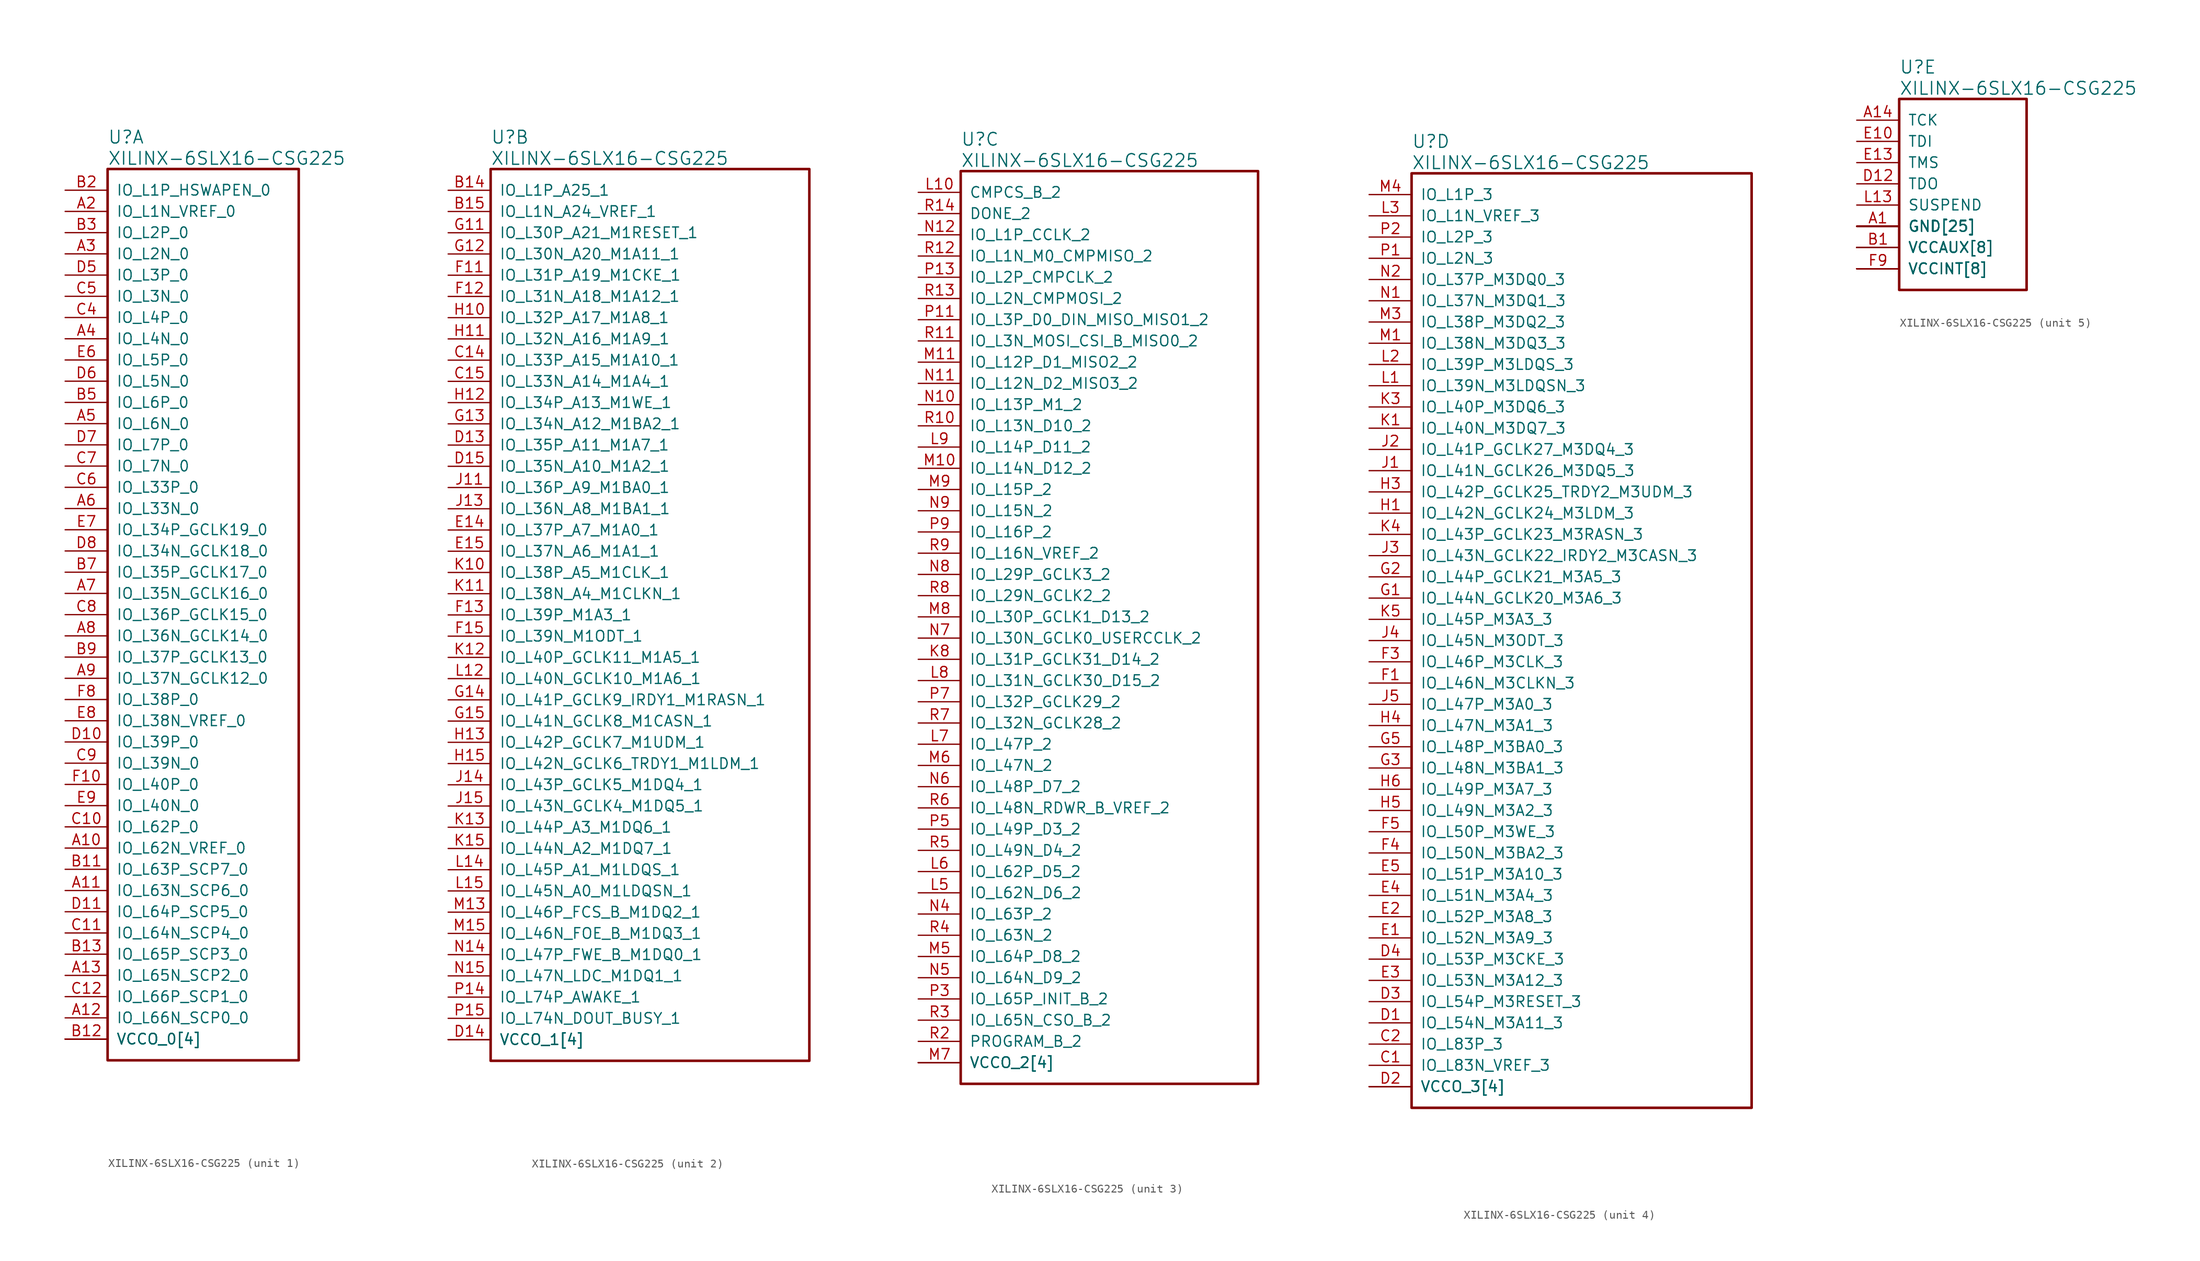
<source format=kicad_sym>
(kicad_symbol_lib
  (version 20231120)
  (generator "kicad_symbol_editor")
  (generator_version "8.0")
  (symbol "XILINX-6SLX16-CSG225"
    (pin_names
      (offset 1.016))
    (property "Reference" "U"
      (at 5.08 6.35 0)
      (effects (font (size 1.524 1.524)) (justify left)))
    (property "Value" "XILINX-6SLX16-CSG225"
      (at 5.08 3.81 0)
      (effects (font (size 1.524 1.524)) (justify left)))
    (property "Footprint" ""
      (at 0 0 0)
      (effects (font (size 1.27 1.27))))
    (property "Datasheet" ""
      (at 0 0 0)
      (effects (font (size 1.27 1.27))))
    (property "ki_locked" ""
      (at 0 0 0)
      (effects (font (size 1.27 1.27))))
    (symbol "XILINX-6SLX16-CSG225_1_1"
      (rectangle (start 5.08 2.54) (end 27.94 -104.14) (stroke (width 0.305) (type default)) (fill (type none)))
      (pin bidirectional line (at 0 -78.74 0) (length 5.08) (name "IO_L62N_VREF_0" (effects (font (size 1.27 1.27)))) (number "A10" (effects (font (size 1.27 1.27)))))
      (pin bidirectional line (at 0 -83.82 0) (length 5.08) (name "IO_L63N_SCP6_0" (effects (font (size 1.27 1.27)))) (number "A11" (effects (font (size 1.27 1.27)))))
      (pin bidirectional line (at 0 -99.06 0) (length 5.08) (name "IO_L66N_SCP0_0" (effects (font (size 1.27 1.27)))) (number "A12" (effects (font (size 1.27 1.27)))))
      (pin bidirectional line (at 0 -93.98 0) (length 5.08) (name "IO_L65N_SCP2_0" (effects (font (size 1.27 1.27)))) (number "A13" (effects (font (size 1.27 1.27)))))
      (pin bidirectional line (at 0 -2.54 0) (length 5.08) (name "IO_L1N_VREF_0" (effects (font (size 1.27 1.27)))) (number "A2" (effects (font (size 1.27 1.27)))))
      (pin bidirectional line (at 0 -7.62 0) (length 5.08) (name "IO_L2N_0" (effects (font (size 1.27 1.27)))) (number "A3" (effects (font (size 1.27 1.27)))))
      (pin bidirectional line (at 0 -17.78 0) (length 5.08) (name "IO_L4N_0" (effects (font (size 1.27 1.27)))) (number "A4" (effects (font (size 1.27 1.27)))))
      (pin bidirectional line (at 0 -27.94 0) (length 5.08) (name "IO_L6N_0" (effects (font (size 1.27 1.27)))) (number "A5" (effects (font (size 1.27 1.27)))))
      (pin bidirectional line (at 0 -38.1 0) (length 5.08) (name "IO_L33N_0" (effects (font (size 1.27 1.27)))) (number "A6" (effects (font (size 1.27 1.27)))))
      (pin bidirectional line (at 0 -48.26 0) (length 5.08) (name "IO_L35N_GCLK16_0" (effects (font (size 1.27 1.27)))) (number "A7" (effects (font (size 1.27 1.27)))))
      (pin bidirectional line (at 0 -53.34 0) (length 5.08) (name "IO_L36N_GCLK14_0" (effects (font (size 1.27 1.27)))) (number "A8" (effects (font (size 1.27 1.27)))))
      (pin bidirectional line (at 0 -58.42 0) (length 5.08) (name "IO_L37N_GCLK12_0" (effects (font (size 1.27 1.27)))) (number "A9" (effects (font (size 1.27 1.27)))))
      (pin bidirectional line (at 0 -81.28 0) (length 5.08) (name "IO_L63P_SCP7_0" (effects (font (size 1.27 1.27)))) (number "B11" (effects (font (size 1.27 1.27)))))
      (pin power_in line (at 0 -101.6 0) (length 5.08) (name "VCCO_0[4]" (effects (font (size 1.27 1.27)))) (number "B12" (effects (font (size 1.27 1.27)))))
      (pin bidirectional line (at 0 -91.44 0) (length 5.08) (name "IO_L65P_SCP3_0" (effects (font (size 1.27 1.27)))) (number "B13" (effects (font (size 1.27 1.27)))))
      (pin input line (at 0 0 0) (length 5.08) (name "IO_L1P_HSWAPEN_0" (effects (font (size 1.27 1.27)))) (number "B2" (effects (font (size 1.27 1.27)))))
      (pin bidirectional line (at 0 -5.08 0) (length 5.08) (name "IO_L2P_0" (effects (font (size 1.27 1.27)))) (number "B3" (effects (font (size 1.27 1.27)))))
      (pin power_in line (at 0 -101.6 0) (length 5.08) (name "VCCO_0[4]" (effects (font (size 1.27 1.27)))) (number "B4" (effects (font (size 0 0)))))
      (pin bidirectional line (at 0 -25.4 0) (length 5.08) (name "IO_L6P_0" (effects (font (size 1.27 1.27)))) (number "B5" (effects (font (size 1.27 1.27)))))
      (pin bidirectional line (at 0 -45.72 0) (length 5.08) (name "IO_L35P_GCLK17_0" (effects (font (size 1.27 1.27)))) (number "B7" (effects (font (size 1.27 1.27)))))
      (pin power_in line (at 0 -101.6 0) (length 5.08) (name "VCCO_0[4]" (effects (font (size 1.27 1.27)))) (number "B8" (effects (font (size 0 0)))))
      (pin bidirectional line (at 0 -55.88 0) (length 5.08) (name "IO_L37P_GCLK13_0" (effects (font (size 1.27 1.27)))) (number "B9" (effects (font (size 1.27 1.27)))))
      (pin bidirectional line (at 0 -76.2 0) (length 5.08) (name "IO_L62P_0" (effects (font (size 1.27 1.27)))) (number "C10" (effects (font (size 1.27 1.27)))))
      (pin bidirectional line (at 0 -88.9 0) (length 5.08) (name "IO_L64N_SCP4_0" (effects (font (size 1.27 1.27)))) (number "C11" (effects (font (size 1.27 1.27)))))
      (pin bidirectional line (at 0 -96.52 0) (length 5.08) (name "IO_L66P_SCP1_0" (effects (font (size 1.27 1.27)))) (number "C12" (effects (font (size 1.27 1.27)))))
      (pin bidirectional line (at 0 -15.24 0) (length 5.08) (name "IO_L4P_0" (effects (font (size 1.27 1.27)))) (number "C4" (effects (font (size 1.27 1.27)))))
      (pin bidirectional line (at 0 -12.7 0) (length 5.08) (name "IO_L3N_0" (effects (font (size 1.27 1.27)))) (number "C5" (effects (font (size 1.27 1.27)))))
      (pin bidirectional line (at 0 -35.56 0) (length 5.08) (name "IO_L33P_0" (effects (font (size 1.27 1.27)))) (number "C6" (effects (font (size 1.27 1.27)))))
      (pin bidirectional line (at 0 -33.02 0) (length 5.08) (name "IO_L7N_0" (effects (font (size 1.27 1.27)))) (number "C7" (effects (font (size 1.27 1.27)))))
      (pin bidirectional line (at 0 -50.8 0) (length 5.08) (name "IO_L36P_GCLK15_0" (effects (font (size 1.27 1.27)))) (number "C8" (effects (font (size 1.27 1.27)))))
      (pin bidirectional line (at 0 -68.58 0) (length 5.08) (name "IO_L39N_0" (effects (font (size 1.27 1.27)))) (number "C9" (effects (font (size 1.27 1.27)))))
      (pin bidirectional line (at 0 -66.04 0) (length 5.08) (name "IO_L39P_0" (effects (font (size 1.27 1.27)))) (number "D10" (effects (font (size 1.27 1.27)))))
      (pin bidirectional line (at 0 -86.36 0) (length 5.08) (name "IO_L64P_SCP5_0" (effects (font (size 1.27 1.27)))) (number "D11" (effects (font (size 1.27 1.27)))))
      (pin bidirectional line (at 0 -10.16 0) (length 5.08) (name "IO_L3P_0" (effects (font (size 1.27 1.27)))) (number "D5" (effects (font (size 1.27 1.27)))))
      (pin bidirectional line (at 0 -22.86 0) (length 5.08) (name "IO_L5N_0" (effects (font (size 1.27 1.27)))) (number "D6" (effects (font (size 1.27 1.27)))))
      (pin bidirectional line (at 0 -30.48 0) (length 5.08) (name "IO_L7P_0" (effects (font (size 1.27 1.27)))) (number "D7" (effects (font (size 1.27 1.27)))))
      (pin bidirectional line (at 0 -43.18 0) (length 5.08) (name "IO_L34N_GCLK18_0" (effects (font (size 1.27 1.27)))) (number "D8" (effects (font (size 1.27 1.27)))))
      (pin power_in line (at 0 -101.6 0) (length 5.08) (name "VCCO_0[4]" (effects (font (size 1.27 1.27)))) (number "D9" (effects (font (size 0 0)))))
      (pin bidirectional line (at 0 -20.32 0) (length 5.08) (name "IO_L5P_0" (effects (font (size 1.27 1.27)))) (number "E6" (effects (font (size 1.27 1.27)))))
      (pin bidirectional line (at 0 -40.64 0) (length 5.08) (name "IO_L34P_GCLK19_0" (effects (font (size 1.27 1.27)))) (number "E7" (effects (font (size 1.27 1.27)))))
      (pin bidirectional line (at 0 -63.5 0) (length 5.08) (name "IO_L38N_VREF_0" (effects (font (size 1.27 1.27)))) (number "E8" (effects (font (size 1.27 1.27)))))
      (pin bidirectional line (at 0 -73.66 0) (length 5.08) (name "IO_L40N_0" (effects (font (size 1.27 1.27)))) (number "E9" (effects (font (size 1.27 1.27)))))
      (pin bidirectional line (at 0 -71.12 0) (length 5.08) (name "IO_L40P_0" (effects (font (size 1.27 1.27)))) (number "F10" (effects (font (size 1.27 1.27)))))
      (pin bidirectional line (at 0 -60.96 0) (length 5.08) (name "IO_L38P_0" (effects (font (size 1.27 1.27)))) (number "F8" (effects (font (size 1.27 1.27))))))
    (symbol "XILINX-6SLX16-CSG225_2_1"
      (rectangle (start 5.08 2.54) (end 43.18 -104.14) (stroke (width 0.305) (type default)) (fill (type none)))
      (pin bidirectional line (at 0 0 0) (length 5.08) (name "IO_L1P_A25_1" (effects (font (size 1.27 1.27)))) (number "B14" (effects (font (size 1.27 1.27)))))
      (pin bidirectional line (at 0 -2.54 0) (length 5.08) (name "IO_L1N_A24_VREF_1" (effects (font (size 1.27 1.27)))) (number "B15" (effects (font (size 1.27 1.27)))))
      (pin bidirectional line (at 0 -20.32 0) (length 5.08) (name "IO_L33P_A15_M1A10_1" (effects (font (size 1.27 1.27)))) (number "C14" (effects (font (size 1.27 1.27)))))
      (pin bidirectional line (at 0 -22.86 0) (length 5.08) (name "IO_L33N_A14_M1A4_1" (effects (font (size 1.27 1.27)))) (number "C15" (effects (font (size 1.27 1.27)))))
      (pin bidirectional line (at 0 -30.48 0) (length 5.08) (name "IO_L35P_A11_M1A7_1" (effects (font (size 1.27 1.27)))) (number "D13" (effects (font (size 1.27 1.27)))))
      (pin power_in line (at 0 -101.6 0) (length 5.08) (name "VCCO_1[4]" (effects (font (size 1.27 1.27)))) (number "D14" (effects (font (size 1.27 1.27)))))
      (pin bidirectional line (at 0 -33.02 0) (length 5.08) (name "IO_L35N_A10_M1A2_1" (effects (font (size 1.27 1.27)))) (number "D15" (effects (font (size 1.27 1.27)))))
      (pin bidirectional line (at 0 -40.64 0) (length 5.08) (name "IO_L37P_A7_M1A0_1" (effects (font (size 1.27 1.27)))) (number "E14" (effects (font (size 1.27 1.27)))))
      (pin bidirectional line (at 0 -43.18 0) (length 5.08) (name "IO_L37N_A6_M1A1_1" (effects (font (size 1.27 1.27)))) (number "E15" (effects (font (size 1.27 1.27)))))
      (pin bidirectional line (at 0 -10.16 0) (length 5.08) (name "IO_L31P_A19_M1CKE_1" (effects (font (size 1.27 1.27)))) (number "F11" (effects (font (size 1.27 1.27)))))
      (pin bidirectional line (at 0 -12.7 0) (length 5.08) (name "IO_L31N_A18_M1A12_1" (effects (font (size 1.27 1.27)))) (number "F12" (effects (font (size 1.27 1.27)))))
      (pin bidirectional line (at 0 -50.8 0) (length 5.08) (name "IO_L39P_M1A3_1" (effects (font (size 1.27 1.27)))) (number "F13" (effects (font (size 1.27 1.27)))))
      (pin bidirectional line (at 0 -53.34 0) (length 5.08) (name "IO_L39N_M1ODT_1" (effects (font (size 1.27 1.27)))) (number "F15" (effects (font (size 1.27 1.27)))))
      (pin bidirectional line (at 0 -5.08 0) (length 5.08) (name "IO_L30P_A21_M1RESET_1" (effects (font (size 1.27 1.27)))) (number "G11" (effects (font (size 1.27 1.27)))))
      (pin bidirectional line (at 0 -7.62 0) (length 5.08) (name "IO_L30N_A20_M1A11_1" (effects (font (size 1.27 1.27)))) (number "G12" (effects (font (size 1.27 1.27)))))
      (pin bidirectional line (at 0 -27.94 0) (length 5.08) (name "IO_L34N_A12_M1BA2_1" (effects (font (size 1.27 1.27)))) (number "G13" (effects (font (size 1.27 1.27)))))
      (pin bidirectional line (at 0 -60.96 0) (length 5.08) (name "IO_L41P_GCLK9_IRDY1_M1RASN_1" (effects (font (size 1.27 1.27)))) (number "G14" (effects (font (size 1.27 1.27)))))
      (pin bidirectional line (at 0 -63.5 0) (length 5.08) (name "IO_L41N_GCLK8_M1CASN_1" (effects (font (size 1.27 1.27)))) (number "G15" (effects (font (size 1.27 1.27)))))
      (pin bidirectional line (at 0 -15.24 0) (length 5.08) (name "IO_L32P_A17_M1A8_1" (effects (font (size 1.27 1.27)))) (number "H10" (effects (font (size 1.27 1.27)))))
      (pin bidirectional line (at 0 -17.78 0) (length 5.08) (name "IO_L32N_A16_M1A9_1" (effects (font (size 1.27 1.27)))) (number "H11" (effects (font (size 1.27 1.27)))))
      (pin bidirectional line (at 0 -25.4 0) (length 5.08) (name "IO_L34P_A13_M1WE_1" (effects (font (size 1.27 1.27)))) (number "H12" (effects (font (size 1.27 1.27)))))
      (pin bidirectional line (at 0 -66.04 0) (length 5.08) (name "IO_L42P_GCLK7_M1UDM_1" (effects (font (size 1.27 1.27)))) (number "H13" (effects (font (size 1.27 1.27)))))
      (pin power_in line (at 0 -101.6 0) (length 5.08) (name "VCCO_1[4]" (effects (font (size 1.27 1.27)))) (number "H14" (effects (font (size 0 0)))))
      (pin bidirectional line (at 0 -68.58 0) (length 5.08) (name "IO_L42N_GCLK6_TRDY1_M1LDM_1" (effects (font (size 1.27 1.27)))) (number "H15" (effects (font (size 1.27 1.27)))))
      (pin bidirectional line (at 0 -35.56 0) (length 5.08) (name "IO_L36P_A9_M1BA0_1" (effects (font (size 1.27 1.27)))) (number "J11" (effects (font (size 1.27 1.27)))))
      (pin power_in line (at 0 -101.6 0) (length 5.08) (name "VCCO_1[4]" (effects (font (size 1.27 1.27)))) (number "J12" (effects (font (size 0 0)))))
      (pin bidirectional line (at 0 -38.1 0) (length 5.08) (name "IO_L36N_A8_M1BA1_1" (effects (font (size 1.27 1.27)))) (number "J13" (effects (font (size 1.27 1.27)))))
      (pin bidirectional line (at 0 -71.12 0) (length 5.08) (name "IO_L43P_GCLK5_M1DQ4_1" (effects (font (size 1.27 1.27)))) (number "J14" (effects (font (size 1.27 1.27)))))
      (pin bidirectional line (at 0 -73.66 0) (length 5.08) (name "IO_L43N_GCLK4_M1DQ5_1" (effects (font (size 1.27 1.27)))) (number "J15" (effects (font (size 1.27 1.27)))))
      (pin bidirectional line (at 0 -45.72 0) (length 5.08) (name "IO_L38P_A5_M1CLK_1" (effects (font (size 1.27 1.27)))) (number "K10" (effects (font (size 1.27 1.27)))))
      (pin bidirectional line (at 0 -48.26 0) (length 5.08) (name "IO_L38N_A4_M1CLKN_1" (effects (font (size 1.27 1.27)))) (number "K11" (effects (font (size 1.27 1.27)))))
      (pin bidirectional line (at 0 -55.88 0) (length 5.08) (name "IO_L40P_GCLK11_M1A5_1" (effects (font (size 1.27 1.27)))) (number "K12" (effects (font (size 1.27 1.27)))))
      (pin bidirectional line (at 0 -76.2 0) (length 5.08) (name "IO_L44P_A3_M1DQ6_1" (effects (font (size 1.27 1.27)))) (number "K13" (effects (font (size 1.27 1.27)))))
      (pin bidirectional line (at 0 -78.74 0) (length 5.08) (name "IO_L44N_A2_M1DQ7_1" (effects (font (size 1.27 1.27)))) (number "K15" (effects (font (size 1.27 1.27)))))
      (pin bidirectional line (at 0 -58.42 0) (length 5.08) (name "IO_L40N_GCLK10_M1A6_1" (effects (font (size 1.27 1.27)))) (number "L12" (effects (font (size 1.27 1.27)))))
      (pin bidirectional line (at 0 -81.28 0) (length 5.08) (name "IO_L45P_A1_M1LDQS_1" (effects (font (size 1.27 1.27)))) (number "L14" (effects (font (size 1.27 1.27)))))
      (pin bidirectional line (at 0 -83.82 0) (length 5.08) (name "IO_L45N_A0_M1LDQSN_1" (effects (font (size 1.27 1.27)))) (number "L15" (effects (font (size 1.27 1.27)))))
      (pin bidirectional line (at 0 -86.36 0) (length 5.08) (name "IO_L46P_FCS_B_M1DQ2_1" (effects (font (size 1.27 1.27)))) (number "M13" (effects (font (size 1.27 1.27)))))
      (pin power_in line (at 0 -101.6 0) (length 5.08) (name "VCCO_1[4]" (effects (font (size 1.27 1.27)))) (number "M14" (effects (font (size 0 0)))))
      (pin bidirectional line (at 0 -88.9 0) (length 5.08) (name "IO_L46N_FOE_B_M1DQ3_1" (effects (font (size 1.27 1.27)))) (number "M15" (effects (font (size 1.27 1.27)))))
      (pin bidirectional line (at 0 -91.44 0) (length 5.08) (name "IO_L47P_FWE_B_M1DQ0_1" (effects (font (size 1.27 1.27)))) (number "N14" (effects (font (size 1.27 1.27)))))
      (pin bidirectional line (at 0 -93.98 0) (length 5.08) (name "IO_L47N_LDC_M1DQ1_1" (effects (font (size 1.27 1.27)))) (number "N15" (effects (font (size 1.27 1.27)))))
      (pin bidirectional line (at 0 -96.52 0) (length 5.08) (name "IO_L74P_AWAKE_1" (effects (font (size 1.27 1.27)))) (number "P14" (effects (font (size 1.27 1.27)))))
      (pin bidirectional line (at 0 -99.06 0) (length 5.08) (name "IO_L74N_DOUT_BUSY_1" (effects (font (size 1.27 1.27)))) (number "P15" (effects (font (size 1.27 1.27))))))
    (symbol "XILINX-6SLX16-CSG225_3_1"
      (rectangle (start 5.08 2.54) (end 40.64 -106.68) (stroke (width 0.305) (type default)) (fill (type none)))
      (pin bidirectional line (at 0 -55.88 0) (length 5.08) (name "IO_L31P_GCLK31_D14_2" (effects (font (size 1.27 1.27)))) (number "K8" (effects (font (size 1.27 1.27)))))
      (pin input line (at 0 0 0) (length 5.08) (name "CMPCS_B_2" (effects (font (size 1.27 1.27)))) (number "L10" (effects (font (size 1.27 1.27)))))
      (pin bidirectional line (at 0 -83.82 0) (length 5.08) (name "IO_L62N_D6_2" (effects (font (size 1.27 1.27)))) (number "L5" (effects (font (size 1.27 1.27)))))
      (pin bidirectional line (at 0 -81.28 0) (length 5.08) (name "IO_L62P_D5_2" (effects (font (size 1.27 1.27)))) (number "L6" (effects (font (size 1.27 1.27)))))
      (pin bidirectional line (at 0 -66.04 0) (length 5.08) (name "IO_L47P_2" (effects (font (size 1.27 1.27)))) (number "L7" (effects (font (size 1.27 1.27)))))
      (pin bidirectional line (at 0 -58.42 0) (length 5.08) (name "IO_L31N_GCLK30_D15_2" (effects (font (size 1.27 1.27)))) (number "L8" (effects (font (size 1.27 1.27)))))
      (pin bidirectional line (at 0 -30.48 0) (length 5.08) (name "IO_L14P_D11_2" (effects (font (size 1.27 1.27)))) (number "L9" (effects (font (size 1.27 1.27)))))
      (pin bidirectional line (at 0 -33.02 0) (length 5.08) (name "IO_L14N_D12_2" (effects (font (size 1.27 1.27)))) (number "M10" (effects (font (size 1.27 1.27)))))
      (pin bidirectional line (at 0 -20.32 0) (length 5.08) (name "IO_L12P_D1_MISO2_2" (effects (font (size 1.27 1.27)))) (number "M11" (effects (font (size 1.27 1.27)))))
      (pin bidirectional line (at 0 -91.44 0) (length 5.08) (name "IO_L64P_D8_2" (effects (font (size 1.27 1.27)))) (number "M5" (effects (font (size 1.27 1.27)))))
      (pin bidirectional line (at 0 -68.58 0) (length 5.08) (name "IO_L47N_2" (effects (font (size 1.27 1.27)))) (number "M6" (effects (font (size 1.27 1.27)))))
      (pin power_in line (at 0 -104.14 0) (length 5.08) (name "VCCO_2[4]" (effects (font (size 1.27 1.27)))) (number "M7" (effects (font (size 1.27 1.27)))))
      (pin bidirectional line (at 0 -50.8 0) (length 5.08) (name "IO_L30P_GCLK1_D13_2" (effects (font (size 1.27 1.27)))) (number "M8" (effects (font (size 1.27 1.27)))))
      (pin bidirectional line (at 0 -35.56 0) (length 5.08) (name "IO_L15P_2" (effects (font (size 1.27 1.27)))) (number "M9" (effects (font (size 1.27 1.27)))))
      (pin bidirectional line (at 0 -25.4 0) (length 5.08) (name "IO_L13P_M1_2" (effects (font (size 1.27 1.27)))) (number "N10" (effects (font (size 1.27 1.27)))))
      (pin bidirectional line (at 0 -22.86 0) (length 5.08) (name "IO_L12N_D2_MISO3_2" (effects (font (size 1.27 1.27)))) (number "N11" (effects (font (size 1.27 1.27)))))
      (pin bidirectional line (at 0 -5.08 0) (length 5.08) (name "IO_L1P_CCLK_2" (effects (font (size 1.27 1.27)))) (number "N12" (effects (font (size 1.27 1.27)))))
      (pin bidirectional line (at 0 -86.36 0) (length 5.08) (name "IO_L63P_2" (effects (font (size 1.27 1.27)))) (number "N4" (effects (font (size 1.27 1.27)))))
      (pin bidirectional line (at 0 -93.98 0) (length 5.08) (name "IO_L64N_D9_2" (effects (font (size 1.27 1.27)))) (number "N5" (effects (font (size 1.27 1.27)))))
      (pin bidirectional line (at 0 -71.12 0) (length 5.08) (name "IO_L48P_D7_2" (effects (font (size 1.27 1.27)))) (number "N6" (effects (font (size 1.27 1.27)))))
      (pin bidirectional line (at 0 -53.34 0) (length 5.08) (name "IO_L30N_GCLK0_USERCCLK_2" (effects (font (size 1.27 1.27)))) (number "N7" (effects (font (size 1.27 1.27)))))
      (pin bidirectional line (at 0 -45.72 0) (length 5.08) (name "IO_L29P_GCLK3_2" (effects (font (size 1.27 1.27)))) (number "N8" (effects (font (size 1.27 1.27)))))
      (pin bidirectional line (at 0 -38.1 0) (length 5.08) (name "IO_L15N_2" (effects (font (size 1.27 1.27)))) (number "N9" (effects (font (size 1.27 1.27)))))
      (pin bidirectional line (at 0 -15.24 0) (length 5.08) (name "IO_L3P_D0_DIN_MISO_MISO1_2" (effects (font (size 1.27 1.27)))) (number "P11" (effects (font (size 1.27 1.27)))))
      (pin power_in line (at 0 -104.14 0) (length 5.08) (name "VCCO_2[4]" (effects (font (size 1.27 1.27)))) (number "P12" (effects (font (size 0 0)))))
      (pin bidirectional line (at 0 -10.16 0) (length 5.08) (name "IO_L2P_CMPCLK_2" (effects (font (size 1.27 1.27)))) (number "P13" (effects (font (size 1.27 1.27)))))
      (pin bidirectional line (at 0 -96.52 0) (length 5.08) (name "IO_L65P_INIT_B_2" (effects (font (size 1.27 1.27)))) (number "P3" (effects (font (size 1.27 1.27)))))
      (pin power_in line (at 0 -104.14 0) (length 5.08) (name "VCCO_2[4]" (effects (font (size 1.27 1.27)))) (number "P4" (effects (font (size 0 0)))))
      (pin bidirectional line (at 0 -76.2 0) (length 5.08) (name "IO_L49P_D3_2" (effects (font (size 1.27 1.27)))) (number "P5" (effects (font (size 1.27 1.27)))))
      (pin bidirectional line (at 0 -60.96 0) (length 5.08) (name "IO_L32P_GCLK29_2" (effects (font (size 1.27 1.27)))) (number "P7" (effects (font (size 1.27 1.27)))))
      (pin power_in line (at 0 -104.14 0) (length 5.08) (name "VCCO_2[4]" (effects (font (size 1.27 1.27)))) (number "P8" (effects (font (size 0 0)))))
      (pin bidirectional line (at 0 -40.64 0) (length 5.08) (name "IO_L16P_2" (effects (font (size 1.27 1.27)))) (number "P9" (effects (font (size 1.27 1.27)))))
      (pin bidirectional line (at 0 -27.94 0) (length 5.08) (name "IO_L13N_D10_2" (effects (font (size 1.27 1.27)))) (number "R10" (effects (font (size 1.27 1.27)))))
      (pin bidirectional line (at 0 -17.78 0) (length 5.08) (name "IO_L3N_MOSI_CSI_B_MISO0_2" (effects (font (size 1.27 1.27)))) (number "R11" (effects (font (size 1.27 1.27)))))
      (pin bidirectional line (at 0 -7.62 0) (length 5.08) (name "IO_L1N_M0_CMPMISO_2" (effects (font (size 1.27 1.27)))) (number "R12" (effects (font (size 1.27 1.27)))))
      (pin bidirectional line (at 0 -12.7 0) (length 5.08) (name "IO_L2N_CMPMOSI_2" (effects (font (size 1.27 1.27)))) (number "R13" (effects (font (size 1.27 1.27)))))
      (pin output line (at 0 -2.54 0) (length 5.08) (name "DONE_2" (effects (font (size 1.27 1.27)))) (number "R14" (effects (font (size 1.27 1.27)))))
      (pin input line (at 0 -101.6 0) (length 5.08) (name "PROGRAM_B_2" (effects (font (size 1.27 1.27)))) (number "R2" (effects (font (size 1.27 1.27)))))
      (pin bidirectional line (at 0 -99.06 0) (length 5.08) (name "IO_L65N_CSO_B_2" (effects (font (size 1.27 1.27)))) (number "R3" (effects (font (size 1.27 1.27)))))
      (pin bidirectional line (at 0 -88.9 0) (length 5.08) (name "IO_L63N_2" (effects (font (size 1.27 1.27)))) (number "R4" (effects (font (size 1.27 1.27)))))
      (pin bidirectional line (at 0 -78.74 0) (length 5.08) (name "IO_L49N_D4_2" (effects (font (size 1.27 1.27)))) (number "R5" (effects (font (size 1.27 1.27)))))
      (pin bidirectional line (at 0 -73.66 0) (length 5.08) (name "IO_L48N_RDWR_B_VREF_2" (effects (font (size 1.27 1.27)))) (number "R6" (effects (font (size 1.27 1.27)))))
      (pin bidirectional line (at 0 -63.5 0) (length 5.08) (name "IO_L32N_GCLK28_2" (effects (font (size 1.27 1.27)))) (number "R7" (effects (font (size 1.27 1.27)))))
      (pin bidirectional line (at 0 -48.26 0) (length 5.08) (name "IO_L29N_GCLK2_2" (effects (font (size 1.27 1.27)))) (number "R8" (effects (font (size 1.27 1.27)))))
      (pin bidirectional line (at 0 -43.18 0) (length 5.08) (name "IO_L16N_VREF_2" (effects (font (size 1.27 1.27)))) (number "R9" (effects (font (size 1.27 1.27))))))
    (symbol "XILINX-6SLX16-CSG225_4_1"
      (rectangle (start 5.08 2.54) (end 45.72 -109.22) (stroke (width 0.305) (type default)) (fill (type none)))
      (pin bidirectional line (at 0 -104.14 0) (length 5.08) (name "IO_L83N_VREF_3" (effects (font (size 1.27 1.27)))) (number "C1" (effects (font (size 1.27 1.27)))))
      (pin bidirectional line (at 0 -101.6 0) (length 5.08) (name "IO_L83P_3" (effects (font (size 1.27 1.27)))) (number "C2" (effects (font (size 1.27 1.27)))))
      (pin bidirectional line (at 0 -99.06 0) (length 5.08) (name "IO_L54N_M3A11_3" (effects (font (size 1.27 1.27)))) (number "D1" (effects (font (size 1.27 1.27)))))
      (pin power_in line (at 0 -106.68 0) (length 5.08) (name "VCCO_3[4]" (effects (font (size 1.27 1.27)))) (number "D2" (effects (font (size 1.27 1.27)))))
      (pin bidirectional line (at 0 -96.52 0) (length 5.08) (name "IO_L54P_M3RESET_3" (effects (font (size 1.27 1.27)))) (number "D3" (effects (font (size 1.27 1.27)))))
      (pin bidirectional line (at 0 -91.44 0) (length 5.08) (name "IO_L53P_M3CKE_3" (effects (font (size 1.27 1.27)))) (number "D4" (effects (font (size 1.27 1.27)))))
      (pin bidirectional line (at 0 -88.9 0) (length 5.08) (name "IO_L52N_M3A9_3" (effects (font (size 1.27 1.27)))) (number "E1" (effects (font (size 1.27 1.27)))))
      (pin bidirectional line (at 0 -86.36 0) (length 5.08) (name "IO_L52P_M3A8_3" (effects (font (size 1.27 1.27)))) (number "E2" (effects (font (size 1.27 1.27)))))
      (pin bidirectional line (at 0 -93.98 0) (length 5.08) (name "IO_L53N_M3A12_3" (effects (font (size 1.27 1.27)))) (number "E3" (effects (font (size 1.27 1.27)))))
      (pin bidirectional line (at 0 -83.82 0) (length 5.08) (name "IO_L51N_M3A4_3" (effects (font (size 1.27 1.27)))) (number "E4" (effects (font (size 1.27 1.27)))))
      (pin bidirectional line (at 0 -81.28 0) (length 5.08) (name "IO_L51P_M3A10_3" (effects (font (size 1.27 1.27)))) (number "E5" (effects (font (size 1.27 1.27)))))
      (pin bidirectional line (at 0 -58.42 0) (length 5.08) (name "IO_L46N_M3CLKN_3" (effects (font (size 1.27 1.27)))) (number "F1" (effects (font (size 1.27 1.27)))))
      (pin bidirectional line (at 0 -55.88 0) (length 5.08) (name "IO_L46P_M3CLK_3" (effects (font (size 1.27 1.27)))) (number "F3" (effects (font (size 1.27 1.27)))))
      (pin bidirectional line (at 0 -78.74 0) (length 5.08) (name "IO_L50N_M3BA2_3" (effects (font (size 1.27 1.27)))) (number "F4" (effects (font (size 1.27 1.27)))))
      (pin bidirectional line (at 0 -76.2 0) (length 5.08) (name "IO_L50P_M3WE_3" (effects (font (size 1.27 1.27)))) (number "F5" (effects (font (size 1.27 1.27)))))
      (pin bidirectional line (at 0 -48.26 0) (length 5.08) (name "IO_L44N_GCLK20_M3A6_3" (effects (font (size 1.27 1.27)))) (number "G1" (effects (font (size 1.27 1.27)))))
      (pin bidirectional line (at 0 -45.72 0) (length 5.08) (name "IO_L44P_GCLK21_M3A5_3" (effects (font (size 1.27 1.27)))) (number "G2" (effects (font (size 1.27 1.27)))))
      (pin bidirectional line (at 0 -68.58 0) (length 5.08) (name "IO_L48N_M3BA1_3" (effects (font (size 1.27 1.27)))) (number "G3" (effects (font (size 1.27 1.27)))))
      (pin power_in line (at 0 -106.68 0) (length 5.08) (name "VCCO_3[4]" (effects (font (size 1.27 1.27)))) (number "G4" (effects (font (size 0 0)))))
      (pin bidirectional line (at 0 -66.04 0) (length 5.08) (name "IO_L48P_M3BA0_3" (effects (font (size 1.27 1.27)))) (number "G5" (effects (font (size 1.27 1.27)))))
      (pin bidirectional line (at 0 -38.1 0) (length 5.08) (name "IO_L42N_GCLK24_M3LDM_3" (effects (font (size 1.27 1.27)))) (number "H1" (effects (font (size 1.27 1.27)))))
      (pin power_in line (at 0 -106.68 0) (length 5.08) (name "VCCO_3[4]" (effects (font (size 1.27 1.27)))) (number "H2" (effects (font (size 0 0)))))
      (pin bidirectional line (at 0 -35.56 0) (length 5.08) (name "IO_L42P_GCLK25_TRDY2_M3UDM_3" (effects (font (size 1.27 1.27)))) (number "H3" (effects (font (size 1.27 1.27)))))
      (pin bidirectional line (at 0 -63.5 0) (length 5.08) (name "IO_L47N_M3A1_3" (effects (font (size 1.27 1.27)))) (number "H4" (effects (font (size 1.27 1.27)))))
      (pin bidirectional line (at 0 -73.66 0) (length 5.08) (name "IO_L49N_M3A2_3" (effects (font (size 1.27 1.27)))) (number "H5" (effects (font (size 1.27 1.27)))))
      (pin bidirectional line (at 0 -71.12 0) (length 5.08) (name "IO_L49P_M3A7_3" (effects (font (size 1.27 1.27)))) (number "H6" (effects (font (size 1.27 1.27)))))
      (pin bidirectional line (at 0 -33.02 0) (length 5.08) (name "IO_L41N_GCLK26_M3DQ5_3" (effects (font (size 1.27 1.27)))) (number "J1" (effects (font (size 1.27 1.27)))))
      (pin bidirectional line (at 0 -30.48 0) (length 5.08) (name "IO_L41P_GCLK27_M3DQ4_3" (effects (font (size 1.27 1.27)))) (number "J2" (effects (font (size 1.27 1.27)))))
      (pin bidirectional line (at 0 -43.18 0) (length 5.08) (name "IO_L43N_GCLK22_IRDY2_M3CASN_3" (effects (font (size 1.27 1.27)))) (number "J3" (effects (font (size 1.27 1.27)))))
      (pin bidirectional line (at 0 -53.34 0) (length 5.08) (name "IO_L45N_M3ODT_3" (effects (font (size 1.27 1.27)))) (number "J4" (effects (font (size 1.27 1.27)))))
      (pin bidirectional line (at 0 -60.96 0) (length 5.08) (name "IO_L47P_M3A0_3" (effects (font (size 1.27 1.27)))) (number "J5" (effects (font (size 1.27 1.27)))))
      (pin bidirectional line (at 0 -27.94 0) (length 5.08) (name "IO_L40N_M3DQ7_3" (effects (font (size 1.27 1.27)))) (number "K1" (effects (font (size 1.27 1.27)))))
      (pin bidirectional line (at 0 -25.4 0) (length 5.08) (name "IO_L40P_M3DQ6_3" (effects (font (size 1.27 1.27)))) (number "K3" (effects (font (size 1.27 1.27)))))
      (pin bidirectional line (at 0 -40.64 0) (length 5.08) (name "IO_L43P_GCLK23_M3RASN_3" (effects (font (size 1.27 1.27)))) (number "K4" (effects (font (size 1.27 1.27)))))
      (pin bidirectional line (at 0 -50.8 0) (length 5.08) (name "IO_L45P_M3A3_3" (effects (font (size 1.27 1.27)))) (number "K5" (effects (font (size 1.27 1.27)))))
      (pin bidirectional line (at 0 -22.86 0) (length 5.08) (name "IO_L39N_M3LDQSN_3" (effects (font (size 1.27 1.27)))) (number "L1" (effects (font (size 1.27 1.27)))))
      (pin bidirectional line (at 0 -20.32 0) (length 5.08) (name "IO_L39P_M3LDQS_3" (effects (font (size 1.27 1.27)))) (number "L2" (effects (font (size 1.27 1.27)))))
      (pin bidirectional line (at 0 -2.54 0) (length 5.08) (name "IO_L1N_VREF_3" (effects (font (size 1.27 1.27)))) (number "L3" (effects (font (size 1.27 1.27)))))
      (pin bidirectional line (at 0 -17.78 0) (length 5.08) (name "IO_L38N_M3DQ3_3" (effects (font (size 1.27 1.27)))) (number "M1" (effects (font (size 1.27 1.27)))))
      (pin power_in line (at 0 -106.68 0) (length 5.08) (name "VCCO_3[4]" (effects (font (size 1.27 1.27)))) (number "M2" (effects (font (size 0 0)))))
      (pin bidirectional line (at 0 -15.24 0) (length 5.08) (name "IO_L38P_M3DQ2_3" (effects (font (size 1.27 1.27)))) (number "M3" (effects (font (size 1.27 1.27)))))
      (pin bidirectional line (at 0 0 0) (length 5.08) (name "IO_L1P_3" (effects (font (size 1.27 1.27)))) (number "M4" (effects (font (size 1.27 1.27)))))
      (pin bidirectional line (at 0 -12.7 0) (length 5.08) (name "IO_L37N_M3DQ1_3" (effects (font (size 1.27 1.27)))) (number "N1" (effects (font (size 1.27 1.27)))))
      (pin bidirectional line (at 0 -10.16 0) (length 5.08) (name "IO_L37P_M3DQ0_3" (effects (font (size 1.27 1.27)))) (number "N2" (effects (font (size 1.27 1.27)))))
      (pin bidirectional line (at 0 -7.62 0) (length 5.08) (name "IO_L2N_3" (effects (font (size 1.27 1.27)))) (number "P1" (effects (font (size 1.27 1.27)))))
      (pin bidirectional line (at 0 -5.08 0) (length 5.08) (name "IO_L2P_3" (effects (font (size 1.27 1.27)))) (number "P2" (effects (font (size 1.27 1.27))))))
    (symbol "XILINX-6SLX16-CSG225_5_1"
      (rectangle (start 5.08 2.54) (end 20.32 -20.32) (stroke (width 0.305) (type default)) (fill (type none)))
      (pin power_in line (at 0 -12.7 0) (length 5.08) (name "GND[25]" (effects (font (size 1.27 1.27)))) (number "A1" (effects (font (size 1.27 1.27)))))
      (pin input line (at 0 0 0) (length 5.08) (name "TCK" (effects (font (size 1.27 1.27)))) (number "A14" (effects (font (size 1.27 1.27)))))
      (pin power_in line (at 0 -12.7 0) (length 5.08) (name "GND[25]" (effects (font (size 1.27 1.27)))) (number "A15" (effects (font (size 0 0)))))
      (pin power_in line (at 0 -15.24 0) (length 5.08) (name "VCCAUX[8]" (effects (font (size 1.27 1.27)))) (number "B1" (effects (font (size 1.27 1.27)))))
      (pin power_in line (at 0 -12.7 0) (length 5.08) (name "GND[25]" (effects (font (size 1.27 1.27)))) (number "B10" (effects (font (size 0 0)))))
      (pin power_in line (at 0 -12.7 0) (length 5.08) (name "GND[25]" (effects (font (size 1.27 1.27)))) (number "B6" (effects (font (size 0 0)))))
      (pin power_in line (at 0 -12.7 0) (length 5.08) (name "GND[25]" (effects (font (size 1.27 1.27)))) (number "C13" (effects (font (size 0 0)))))
      (pin power_in line (at 0 -12.7 0) (length 5.08) (name "GND[25]" (effects (font (size 1.27 1.27)))) (number "C3" (effects (font (size 0 0)))))
      (pin output line (at 0 -7.62 0) (length 5.08) (name "TDO" (effects (font (size 1.27 1.27)))) (number "D12" (effects (font (size 1.27 1.27)))))
      (pin input line (at 0 -2.54 0) (length 5.08) (name "TDI" (effects (font (size 1.27 1.27)))) (number "E10" (effects (font (size 1.27 1.27)))))
      (pin power_in line (at 0 -12.7 0) (length 5.08) (name "GND[25]" (effects (font (size 1.27 1.27)))) (number "E11" (effects (font (size 0 0)))))
      (pin power_in line (at 0 -15.24 0) (length 5.08) (name "VCCAUX[8]" (effects (font (size 1.27 1.27)))) (number "E12" (effects (font (size 0 0)))))
      (pin input line (at 0 -5.08 0) (length 5.08) (name "TMS" (effects (font (size 1.27 1.27)))) (number "E13" (effects (font (size 1.27 1.27)))))
      (pin power_in line (at 0 -12.7 0) (length 5.08) (name "GND[25]" (effects (font (size 1.27 1.27)))) (number "F14" (effects (font (size 0 0)))))
      (pin power_in line (at 0 -12.7 0) (length 5.08) (name "GND[25]" (effects (font (size 1.27 1.27)))) (number "F2" (effects (font (size 0 0)))))
      (pin power_in line (at 0 -12.7 0) (length 5.08) (name "GND[25]" (effects (font (size 1.27 1.27)))) (number "F6" (effects (font (size 0 0)))))
      (pin power_in line (at 0 -15.24 0) (length 5.08) (name "VCCAUX[8]" (effects (font (size 1.27 1.27)))) (number "F7" (effects (font (size 0 0)))))
      (pin power_in line (at 0 -17.78 0) (length 5.08) (name "VCCINT[8]" (effects (font (size 1.27 1.27)))) (number "F9" (effects (font (size 1.27 1.27)))))
      (pin power_in line (at 0 -15.24 0) (length 5.08) (name "VCCAUX[8]" (effects (font (size 1.27 1.27)))) (number "G10" (effects (font (size 0 0)))))
      (pin power_in line (at 0 -17.78 0) (length 5.08) (name "VCCINT[8]" (effects (font (size 1.27 1.27)))) (number "G6" (effects (font (size 0 0)))))
      (pin power_in line (at 0 -12.7 0) (length 5.08) (name "GND[25]" (effects (font (size 1.27 1.27)))) (number "G7" (effects (font (size 0 0)))))
      (pin power_in line (at 0 -17.78 0) (length 5.08) (name "VCCINT[8]" (effects (font (size 1.27 1.27)))) (number "G8" (effects (font (size 0 0)))))
      (pin power_in line (at 0 -12.7 0) (length 5.08) (name "GND[25]" (effects (font (size 1.27 1.27)))) (number "G9" (effects (font (size 0 0)))))
      (pin power_in line (at 0 -17.78 0) (length 5.08) (name "VCCINT[8]" (effects (font (size 1.27 1.27)))) (number "H7" (effects (font (size 0 0)))))
      (pin power_in line (at 0 -12.7 0) (length 5.08) (name "GND[25]" (effects (font (size 1.27 1.27)))) (number "H8" (effects (font (size 0 0)))))
      (pin power_in line (at 0 -17.78 0) (length 5.08) (name "VCCINT[8]" (effects (font (size 1.27 1.27)))) (number "H9" (effects (font (size 0 0)))))
      (pin power_in line (at 0 -17.78 0) (length 5.08) (name "VCCINT[8]" (effects (font (size 1.27 1.27)))) (number "J10" (effects (font (size 0 0)))))
      (pin power_in line (at 0 -15.24 0) (length 5.08) (name "VCCAUX[8]" (effects (font (size 1.27 1.27)))) (number "J6" (effects (font (size 0 0)))))
      (pin power_in line (at 0 -12.7 0) (length 5.08) (name "GND[25]" (effects (font (size 1.27 1.27)))) (number "J7" (effects (font (size 0 0)))))
      (pin power_in line (at 0 -17.78 0) (length 5.08) (name "VCCINT[8]" (effects (font (size 1.27 1.27)))) (number "J8" (effects (font (size 0 0)))))
      (pin power_in line (at 0 -12.7 0) (length 5.08) (name "GND[25]" (effects (font (size 1.27 1.27)))) (number "J9" (effects (font (size 0 0)))))
      (pin power_in line (at 0 -12.7 0) (length 5.08) (name "GND[25]" (effects (font (size 1.27 1.27)))) (number "K14" (effects (font (size 0 0)))))
      (pin power_in line (at 0 -12.7 0) (length 5.08) (name "GND[25]" (effects (font (size 1.27 1.27)))) (number "K2" (effects (font (size 0 0)))))
      (pin power_in line (at 0 -12.7 0) (length 5.08) (name "GND[25]" (effects (font (size 1.27 1.27)))) (number "K6" (effects (font (size 0 0)))))
      (pin power_in line (at 0 -17.78 0) (length 5.08) (name "VCCINT[8]" (effects (font (size 1.27 1.27)))) (number "K7" (effects (font (size 0 0)))))
      (pin power_in line (at 0 -15.24 0) (length 5.08) (name "VCCAUX[8]" (effects (font (size 1.27 1.27)))) (number "K9" (effects (font (size 0 0)))))
      (pin power_in line (at 0 -12.7 0) (length 5.08) (name "GND[25]" (effects (font (size 1.27 1.27)))) (number "L11" (effects (font (size 0 0)))))
      (pin input line (at 0 -10.16 0) (length 5.08) (name "SUSPEND" (effects (font (size 1.27 1.27)))) (number "L13" (effects (font (size 1.27 1.27)))))
      (pin power_in line (at 0 -15.24 0) (length 5.08) (name "VCCAUX[8]" (effects (font (size 1.27 1.27)))) (number "L4" (effects (font (size 0 0)))))
      (pin power_in line (at 0 -15.24 0) (length 5.08) (name "VCCAUX[8]" (effects (font (size 1.27 1.27)))) (number "M12" (effects (font (size 0 0)))))
      (pin power_in line (at 0 -12.7 0) (length 5.08) (name "GND[25]" (effects (font (size 1.27 1.27)))) (number "N13" (effects (font (size 0 0)))))
      (pin power_in line (at 0 -12.7 0) (length 5.08) (name "GND[25]" (effects (font (size 1.27 1.27)))) (number "N3" (effects (font (size 0 0)))))
      (pin power_in line (at 0 -12.7 0) (length 5.08) (name "GND[25]" (effects (font (size 1.27 1.27)))) (number "P10" (effects (font (size 0 0)))))
      (pin power_in line (at 0 -12.7 0) (length 5.08) (name "GND[25]" (effects (font (size 1.27 1.27)))) (number "P6" (effects (font (size 0 0)))))
      (pin power_in line (at 0 -12.7 0) (length 5.08) (name "GND[25]" (effects (font (size 1.27 1.27)))) (number "R1" (effects (font (size 0 0)))))
      (pin power_in line (at 0 -12.7 0) (length 5.08) (name "GND[25]" (effects (font (size 1.27 1.27)))) (number "R15" (effects (font (size 0 0))))))))
</source>
